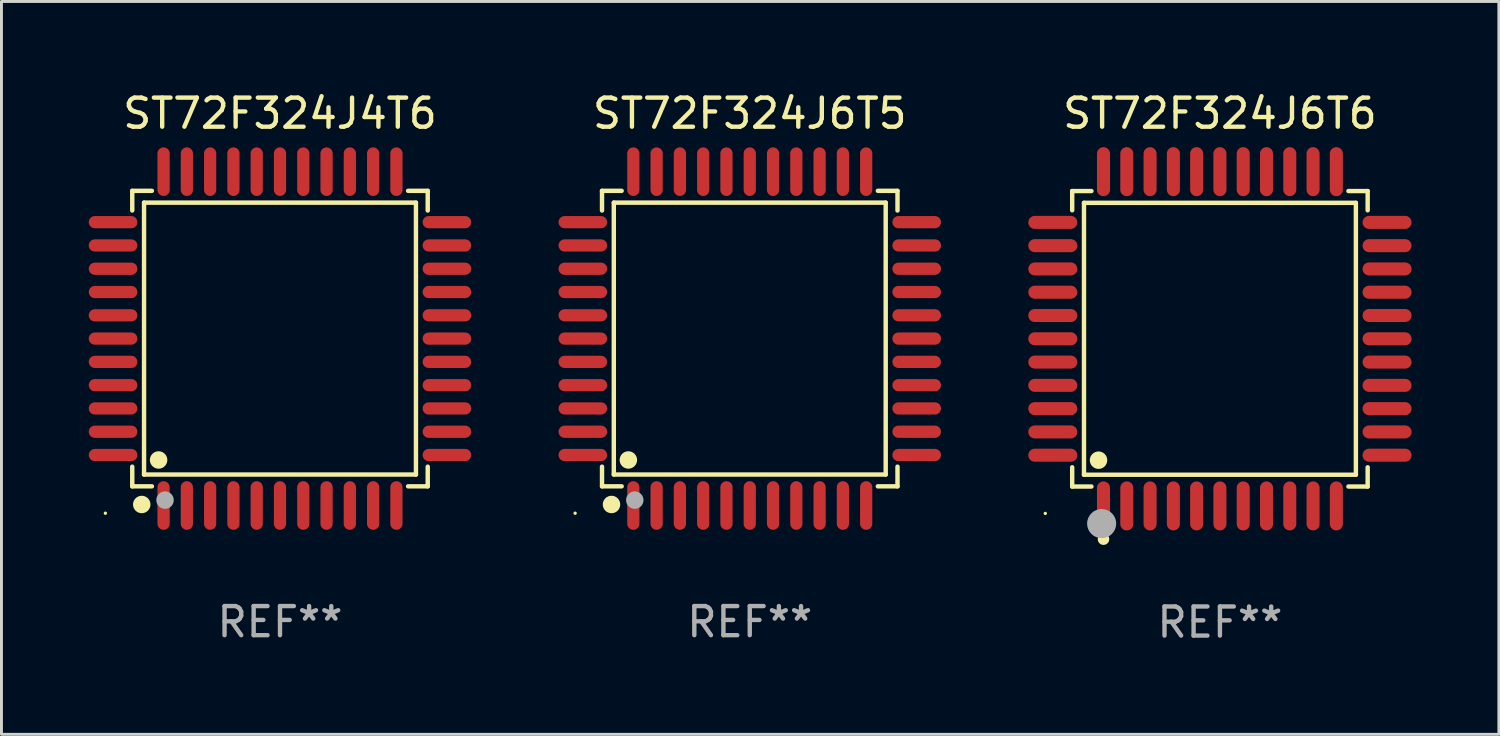
<source format=kicad_pcb>
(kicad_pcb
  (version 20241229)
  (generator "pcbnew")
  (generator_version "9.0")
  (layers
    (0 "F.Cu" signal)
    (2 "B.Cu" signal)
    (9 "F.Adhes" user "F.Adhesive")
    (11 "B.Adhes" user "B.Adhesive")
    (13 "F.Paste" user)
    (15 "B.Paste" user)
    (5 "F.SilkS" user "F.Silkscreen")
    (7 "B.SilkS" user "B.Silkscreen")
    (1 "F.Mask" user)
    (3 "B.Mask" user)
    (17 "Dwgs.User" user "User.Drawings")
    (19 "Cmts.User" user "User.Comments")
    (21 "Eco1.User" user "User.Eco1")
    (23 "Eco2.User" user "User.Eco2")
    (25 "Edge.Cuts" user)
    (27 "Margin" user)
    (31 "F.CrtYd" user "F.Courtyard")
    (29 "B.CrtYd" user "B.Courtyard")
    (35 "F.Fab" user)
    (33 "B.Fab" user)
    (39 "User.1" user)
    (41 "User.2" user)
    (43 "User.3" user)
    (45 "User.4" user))
  (footprint "ST72F324J6T6"
    (layer "F.Cu")
    (at 38.864 8.59)
    (property "Reference" "ST72F324J6T6" (at 0 -7.742 0) (layer "F.SilkS") (effects (font (size 1 1) (thickness 0.15))))
    (attr through_hole)
    (fp_line (start -5.076 -5.076) (end -4.415 -5.076) (stroke (width 0.152) (type solid)) (layer "F.SilkS"))
    (fp_line (start -5.076 -4.415) (end -5.076 -5.076) (stroke (width 0.152) (type solid)) (layer "F.SilkS"))
    (fp_line (start -5.076 4.415) (end -5.076 5.076) (stroke (width 0.152) (type solid)) (layer "F.SilkS"))
    (fp_line (start -5.076 5.076) (end -4.415 5.076) (stroke (width 0.152) (type solid)) (layer "F.SilkS"))
    (fp_line (start -4.671 -4.671) (end 4.671 -4.671) (stroke (width 0.152) (type solid)) (layer "F.SilkS"))
    (fp_line (start -4.671 4.671) (end -4.671 -4.671) (stroke (width 0.152) (type solid)) (layer "F.SilkS"))
    (fp_line (start 4.671 -4.671) (end 4.671 4.671) (stroke (width 0.152) (type solid)) (layer "F.SilkS"))
    (fp_line (start 4.671 4.671) (end -4.671 4.671) (stroke (width 0.152) (type solid)) (layer "F.SilkS"))
    (fp_line (start 5.076 -5.076) (end 4.415 -5.076) (stroke (width 0.152) (type solid)) (layer "F.SilkS"))
    (fp_line (start 5.076 -4.415) (end 5.076 -5.076) (stroke (width 0.152) (type solid)) (layer "F.SilkS"))
    (fp_line (start 5.076 4.415) (end 5.076 5.076) (stroke (width 0.152) (type solid)) (layer "F.SilkS"))
    (fp_line (start 5.076 5.076) (end 4.415 5.076) (stroke (width 0.152) (type solid)) (layer "F.SilkS"))
    (fp_circle (center -6 6) (end -5.97 6) (stroke (width 0.06) (type solid)) (fill no) (layer "F.SilkS"))
    (fp_circle (center -4.171 4.171) (end -4.021 4.171) (stroke (width 0.3) (type solid)) (fill no) (layer "F.SilkS"))
    (fp_circle (center -4 6.884) (end -3.9 6.884) (stroke (width 0.2) (type solid)) (fill no) (layer "F.SilkS"))
    (fp_circle (center -4.064 6.35) (end -3.814 6.35) (stroke (width 0.5) (type solid)) (fill no) (layer "F.Fab"))
    (fp_text user "REF**" (at 0 9.742 0) (layer "F.Fab") (effects (font (size 1 1) (thickness 0.15))))
    (pad "1" smd oval (at -4 5.742) (size 0.448 1.684) (layers "F.Cu" "F.Mask" "F.Paste"))
    (pad "2" smd oval (at -3.2 5.742) (size 0.448 1.684) (layers "F.Cu" "F.Mask" "F.Paste"))
    (pad "3" smd oval (at -2.4 5.742) (size 0.448 1.684) (layers "F.Cu" "F.Mask" "F.Paste"))
    (pad "4" smd oval (at -1.6 5.742) (size 0.448 1.684) (layers "F.Cu" "F.Mask" "F.Paste"))
    (pad "5" smd oval (at -0.8 5.742) (size 0.448 1.684) (layers "F.Cu" "F.Mask" "F.Paste"))
    (pad "6" smd oval (at 0 5.742) (size 0.448 1.684) (layers "F.Cu" "F.Mask" "F.Paste"))
    (pad "7" smd oval (at 0.8 5.742) (size 0.448 1.684) (layers "F.Cu" "F.Mask" "F.Paste"))
    (pad "8" smd oval (at 1.6 5.742) (size 0.448 1.684) (layers "F.Cu" "F.Mask" "F.Paste"))
    (pad "9" smd oval (at 2.4 5.742) (size 0.448 1.684) (layers "F.Cu" "F.Mask" "F.Paste"))
    (pad "10" smd oval (at 3.2 5.742) (size 0.448 1.684) (layers "F.Cu" "F.Mask" "F.Paste"))
    (pad "11" smd oval (at 4 5.742) (size 0.448 1.684) (layers "F.Cu" "F.Mask" "F.Paste"))
    (pad "12" smd oval (at 5.742 4) (size 1.684 0.448) (layers "F.Cu" "F.Mask" "F.Paste"))
    (pad "13" smd oval (at 5.742 3.2) (size 1.684 0.448) (layers "F.Cu" "F.Mask" "F.Paste"))
    (pad "14" smd oval (at 5.742 2.4) (size 1.684 0.448) (layers "F.Cu" "F.Mask" "F.Paste"))
    (pad "15" smd oval (at 5.742 1.6) (size 1.684 0.448) (layers "F.Cu" "F.Mask" "F.Paste"))
    (pad "16" smd oval (at 5.742 0.8) (size 1.684 0.448) (layers "F.Cu" "F.Mask" "F.Paste"))
    (pad "17" smd oval (at 5.742 0) (size 1.684 0.448) (layers "F.Cu" "F.Mask" "F.Paste"))
    (pad "18" smd oval (at 5.742 -0.8) (size 1.684 0.448) (layers "F.Cu" "F.Mask" "F.Paste"))
    (pad "19" smd oval (at 5.742 -1.6) (size 1.684 0.448) (layers "F.Cu" "F.Mask" "F.Paste"))
    (pad "20" smd oval (at 5.742 -2.4) (size 1.684 0.448) (layers "F.Cu" "F.Mask" "F.Paste"))
    (pad "21" smd oval (at 5.742 -3.2) (size 1.684 0.448) (layers "F.Cu" "F.Mask" "F.Paste"))
    (pad "22" smd oval (at 5.742 -4) (size 1.684 0.448) (layers "F.Cu" "F.Mask" "F.Paste"))
    (pad "23" smd oval (at 4 -5.742) (size 0.448 1.684) (layers "F.Cu" "F.Mask" "F.Paste"))
    (pad "24" smd oval (at 3.2 -5.742) (size 0.448 1.684) (layers "F.Cu" "F.Mask" "F.Paste"))
    (pad "25" smd oval (at 2.4 -5.742) (size 0.448 1.684) (layers "F.Cu" "F.Mask" "F.Paste"))
    (pad "26" smd oval (at 1.6 -5.742) (size 0.448 1.684) (layers "F.Cu" "F.Mask" "F.Paste"))
    (pad "27" smd oval (at 0.8 -5.742) (size 0.448 1.684) (layers "F.Cu" "F.Mask" "F.Paste"))
    (pad "28" smd oval (at 0 -5.742) (size 0.448 1.684) (layers "F.Cu" "F.Mask" "F.Paste"))
    (pad "29" smd oval (at -0.8 -5.742) (size 0.448 1.684) (layers "F.Cu" "F.Mask" "F.Paste"))
    (pad "30" smd oval (at -1.6 -5.742) (size 0.448 1.684) (layers "F.Cu" "F.Mask" "F.Paste"))
    (pad "31" smd oval (at -2.4 -5.742) (size 0.448 1.684) (layers "F.Cu" "F.Mask" "F.Paste"))
    (pad "32" smd oval (at -3.2 -5.742) (size 0.448 1.684) (layers "F.Cu" "F.Mask" "F.Paste"))
    (pad "33" smd oval (at -4 -5.742) (size 0.448 1.684) (layers "F.Cu" "F.Mask" "F.Paste"))
    (pad "34" smd oval (at -5.742 -4) (size 1.684 0.448) (layers "F.Cu" "F.Mask" "F.Paste"))
    (pad "35" smd oval (at -5.742 -3.2) (size 1.684 0.448) (layers "F.Cu" "F.Mask" "F.Paste"))
    (pad "36" smd oval (at -5.742 -2.4) (size 1.684 0.448) (layers "F.Cu" "F.Mask" "F.Paste"))
    (pad "37" smd oval (at -5.742 -1.6) (size 1.684 0.448) (layers "F.Cu" "F.Mask" "F.Paste"))
    (pad "38" smd oval (at -5.742 -0.8) (size 1.684 0.448) (layers "F.Cu" "F.Mask" "F.Paste"))
    (pad "39" smd oval (at -5.742 0) (size 1.684 0.448) (layers "F.Cu" "F.Mask" "F.Paste"))
    (pad "40" smd oval (at -5.742 0.8) (size 1.684 0.448) (layers "F.Cu" "F.Mask" "F.Paste"))
    (pad "41" smd oval (at -5.742 1.6) (size 1.684 0.448) (layers "F.Cu" "F.Mask" "F.Paste"))
    (pad "42" smd oval (at -5.742 2.4) (size 1.684 0.448) (layers "F.Cu" "F.Mask" "F.Paste"))
    (pad "43" smd oval (at -5.742 3.2) (size 1.684 0.448) (layers "F.Cu" "F.Mask" "F.Paste"))
    (pad "44" smd oval (at -5.742 4) (size 1.684 0.448) (layers "F.Cu" "F.Mask" "F.Paste")))
  (footprint "ST72F324J6T5"
    (layer "F.Cu")
    (at 22.71 8.583)
    (property "Reference" "ST72F324J6T5" (at 0 -7.735 0) (layer "F.SilkS") (effects (font (size 1 1) (thickness 0.15))))
    (attr through_hole)
    (fp_line (start -5.076 -5.076) (end -4.401 -5.076) (stroke (width 0.152) (type solid)) (layer "F.SilkS"))
    (fp_line (start -5.076 -4.401) (end -5.076 -5.076) (stroke (width 0.152) (type solid)) (layer "F.SilkS"))
    (fp_line (start -5.076 4.401) (end -5.076 5.076) (stroke (width 0.152) (type solid)) (layer "F.SilkS"))
    (fp_line (start -5.076 5.076) (end -4.401 5.076) (stroke (width 0.152) (type solid)) (layer "F.SilkS"))
    (fp_line (start -4.671 -4.671) (end 4.671 -4.671) (stroke (width 0.152) (type solid)) (layer "F.SilkS"))
    (fp_line (start -4.671 4.671) (end -4.671 -4.671) (stroke (width 0.152) (type solid)) (layer "F.SilkS"))
    (fp_line (start 4.671 -4.671) (end 4.671 4.671) (stroke (width 0.152) (type solid)) (layer "F.SilkS"))
    (fp_line (start 4.671 4.671) (end -4.671 4.671) (stroke (width 0.152) (type solid)) (layer "F.SilkS"))
    (fp_line (start 5.076 -5.076) (end 4.401 -5.076) (stroke (width 0.152) (type solid)) (layer "F.SilkS"))
    (fp_line (start 5.076 -4.401) (end 5.076 -5.076) (stroke (width 0.152) (type solid)) (layer "F.SilkS"))
    (fp_line (start 5.076 4.401) (end 5.076 5.076) (stroke (width 0.152) (type solid)) (layer "F.SilkS"))
    (fp_line (start 5.076 5.076) (end 4.401 5.076) (stroke (width 0.152) (type solid)) (layer "F.SilkS"))
    (fp_circle (center -6 6) (end -5.97 6) (stroke (width 0.06) (type solid)) (fill no) (layer "F.SilkS"))
    (fp_circle (center -4.75 5.7) (end -4.6 5.7) (stroke (width 0.3) (type solid)) (fill no) (layer "F.SilkS"))
    (fp_circle (center -4.171 4.171) (end -4.021 4.171) (stroke (width 0.3) (type solid)) (fill no) (layer "F.SilkS"))
    (fp_circle (center -3.95 5.55) (end -3.8 5.55) (stroke (width 0.3) (type solid)) (fill no) (layer "F.Fab"))
    (fp_text user "REF**" (at 0 9.735 0) (layer "F.Fab") (effects (font (size 1 1) (thickness 0.15))))
    (pad "1" smd oval (at -4 5.735) (size 0.42 1.67) (layers "F.Cu" "F.Mask" "F.Paste"))
    (pad "2" smd oval (at -3.2 5.735) (size 0.42 1.67) (layers "F.Cu" "F.Mask" "F.Paste"))
    (pad "3" smd oval (at -2.4 5.735) (size 0.42 1.67) (layers "F.Cu" "F.Mask" "F.Paste"))
    (pad "4" smd oval (at -1.6 5.735) (size 0.42 1.67) (layers "F.Cu" "F.Mask" "F.Paste"))
    (pad "5" smd oval (at -0.8 5.735) (size 0.42 1.67) (layers "F.Cu" "F.Mask" "F.Paste"))
    (pad "6" smd oval (at 0 5.735) (size 0.42 1.67) (layers "F.Cu" "F.Mask" "F.Paste"))
    (pad "7" smd oval (at 0.8 5.735) (size 0.42 1.67) (layers "F.Cu" "F.Mask" "F.Paste"))
    (pad "8" smd oval (at 1.6 5.735) (size 0.42 1.67) (layers "F.Cu" "F.Mask" "F.Paste"))
    (pad "9" smd oval (at 2.4 5.735) (size 0.42 1.67) (layers "F.Cu" "F.Mask" "F.Paste"))
    (pad "10" smd oval (at 3.2 5.735) (size 0.42 1.67) (layers "F.Cu" "F.Mask" "F.Paste"))
    (pad "11" smd oval (at 4 5.735) (size 0.42 1.67) (layers "F.Cu" "F.Mask" "F.Paste"))
    (pad "12" smd oval (at 5.735 4) (size 1.67 0.42) (layers "F.Cu" "F.Mask" "F.Paste"))
    (pad "13" smd oval (at 5.735 3.2) (size 1.67 0.42) (layers "F.Cu" "F.Mask" "F.Paste"))
    (pad "14" smd oval (at 5.735 2.4) (size 1.67 0.42) (layers "F.Cu" "F.Mask" "F.Paste"))
    (pad "15" smd oval (at 5.735 1.6) (size 1.67 0.42) (layers "F.Cu" "F.Mask" "F.Paste"))
    (pad "16" smd oval (at 5.735 0.8) (size 1.67 0.42) (layers "F.Cu" "F.Mask" "F.Paste"))
    (pad "17" smd oval (at 5.735 0) (size 1.67 0.42) (layers "F.Cu" "F.Mask" "F.Paste"))
    (pad "18" smd oval (at 5.735 -0.8) (size 1.67 0.42) (layers "F.Cu" "F.Mask" "F.Paste"))
    (pad "19" smd oval (at 5.735 -1.6) (size 1.67 0.42) (layers "F.Cu" "F.Mask" "F.Paste"))
    (pad "20" smd oval (at 5.735 -2.4) (size 1.67 0.42) (layers "F.Cu" "F.Mask" "F.Paste"))
    (pad "21" smd oval (at 5.735 -3.2) (size 1.67 0.42) (layers "F.Cu" "F.Mask" "F.Paste"))
    (pad "22" smd oval (at 5.735 -4) (size 1.67 0.42) (layers "F.Cu" "F.Mask" "F.Paste"))
    (pad "23" smd oval (at 4 -5.735) (size 0.42 1.67) (layers "F.Cu" "F.Mask" "F.Paste"))
    (pad "24" smd oval (at 3.2 -5.735) (size 0.42 1.67) (layers "F.Cu" "F.Mask" "F.Paste"))
    (pad "25" smd oval (at 2.4 -5.735) (size 0.42 1.67) (layers "F.Cu" "F.Mask" "F.Paste"))
    (pad "26" smd oval (at 1.6 -5.735) (size 0.42 1.67) (layers "F.Cu" "F.Mask" "F.Paste"))
    (pad "27" smd oval (at 0.8 -5.735) (size 0.42 1.67) (layers "F.Cu" "F.Mask" "F.Paste"))
    (pad "28" smd oval (at 0 -5.735) (size 0.42 1.67) (layers "F.Cu" "F.Mask" "F.Paste"))
    (pad "29" smd oval (at -0.8 -5.735) (size 0.42 1.67) (layers "F.Cu" "F.Mask" "F.Paste"))
    (pad "30" smd oval (at -1.6 -5.735) (size 0.42 1.67) (layers "F.Cu" "F.Mask" "F.Paste"))
    (pad "31" smd oval (at -2.4 -5.735) (size 0.42 1.67) (layers "F.Cu" "F.Mask" "F.Paste"))
    (pad "32" smd oval (at -3.2 -5.735) (size 0.42 1.67) (layers "F.Cu" "F.Mask" "F.Paste"))
    (pad "33" smd oval (at -4 -5.735) (size 0.42 1.67) (layers "F.Cu" "F.Mask" "F.Paste"))
    (pad "34" smd oval (at -5.735 -4) (size 1.67 0.42) (layers "F.Cu" "F.Mask" "F.Paste"))
    (pad "35" smd oval (at -5.735 -3.2) (size 1.67 0.42) (layers "F.Cu" "F.Mask" "F.Paste"))
    (pad "36" smd oval (at -5.735 -2.4) (size 1.67 0.42) (layers "F.Cu" "F.Mask" "F.Paste"))
    (pad "37" smd oval (at -5.735 -1.6) (size 1.67 0.42) (layers "F.Cu" "F.Mask" "F.Paste"))
    (pad "38" smd oval (at -5.735 -0.8) (size 1.67 0.42) (layers "F.Cu" "F.Mask" "F.Paste"))
    (pad "39" smd oval (at -5.735 0) (size 1.67 0.42) (layers "F.Cu" "F.Mask" "F.Paste"))
    (pad "40" smd oval (at -5.735 0.8) (size 1.67 0.42) (layers "F.Cu" "F.Mask" "F.Paste"))
    (pad "41" smd oval (at -5.735 1.6) (size 1.67 0.42) (layers "F.Cu" "F.Mask" "F.Paste"))
    (pad "42" smd oval (at -5.735 2.4) (size 1.67 0.42) (layers "F.Cu" "F.Mask" "F.Paste"))
    (pad "43" smd oval (at -5.735 3.2) (size 1.67 0.42) (layers "F.Cu" "F.Mask" "F.Paste"))
    (pad "44" smd oval (at -5.735 4) (size 1.67 0.42) (layers "F.Cu" "F.Mask" "F.Paste")))
  (footprint "ST72F324J4T6"
    (layer "F.Cu")
    (at 6.57 8.583)
    (property "Reference" "ST72F324J4T6" (at 0 -7.735 0) (layer "F.SilkS") (effects (font (size 1 1) (thickness 0.15))))
    (attr through_hole)
    (fp_line (start -5.076 -5.076) (end -4.401 -5.076) (stroke (width 0.152) (type solid)) (layer "F.SilkS"))
    (fp_line (start -5.076 -4.401) (end -5.076 -5.076) (stroke (width 0.152) (type solid)) (layer "F.SilkS"))
    (fp_line (start -5.076 4.401) (end -5.076 5.076) (stroke (width 0.152) (type solid)) (layer "F.SilkS"))
    (fp_line (start -5.076 5.076) (end -4.401 5.076) (stroke (width 0.152) (type solid)) (layer "F.SilkS"))
    (fp_line (start -4.671 -4.671) (end 4.671 -4.671) (stroke (width 0.152) (type solid)) (layer "F.SilkS"))
    (fp_line (start -4.671 4.671) (end -4.671 -4.671) (stroke (width 0.152) (type solid)) (layer "F.SilkS"))
    (fp_line (start 4.671 -4.671) (end 4.671 4.671) (stroke (width 0.152) (type solid)) (layer "F.SilkS"))
    (fp_line (start 4.671 4.671) (end -4.671 4.671) (stroke (width 0.152) (type solid)) (layer "F.SilkS"))
    (fp_line (start 5.076 -5.076) (end 4.401 -5.076) (stroke (width 0.152) (type solid)) (layer "F.SilkS"))
    (fp_line (start 5.076 -4.401) (end 5.076 -5.076) (stroke (width 0.152) (type solid)) (layer "F.SilkS"))
    (fp_line (start 5.076 4.401) (end 5.076 5.076) (stroke (width 0.152) (type solid)) (layer "F.SilkS"))
    (fp_line (start 5.076 5.076) (end 4.401 5.076) (stroke (width 0.152) (type solid)) (layer "F.SilkS"))
    (fp_circle (center -6 6) (end -5.97 6) (stroke (width 0.06) (type solid)) (fill no) (layer "F.SilkS"))
    (fp_circle (center -4.75 5.7) (end -4.6 5.7) (stroke (width 0.3) (type solid)) (fill no) (layer "F.SilkS"))
    (fp_circle (center -4.171 4.171) (end -4.021 4.171) (stroke (width 0.3) (type solid)) (fill no) (layer "F.SilkS"))
    (fp_circle (center -3.95 5.55) (end -3.8 5.55) (stroke (width 0.3) (type solid)) (fill no) (layer "F.Fab"))
    (fp_text user "REF**" (at 0 9.735 0) (layer "F.Fab") (effects (font (size 1 1) (thickness 0.15))))
    (pad "1" smd oval (at -4 5.735) (size 0.42 1.67) (layers "F.Cu" "F.Mask" "F.Paste"))
    (pad "2" smd oval (at -3.2 5.735) (size 0.42 1.67) (layers "F.Cu" "F.Mask" "F.Paste"))
    (pad "3" smd oval (at -2.4 5.735) (size 0.42 1.67) (layers "F.Cu" "F.Mask" "F.Paste"))
    (pad "4" smd oval (at -1.6 5.735) (size 0.42 1.67) (layers "F.Cu" "F.Mask" "F.Paste"))
    (pad "5" smd oval (at -0.8 5.735) (size 0.42 1.67) (layers "F.Cu" "F.Mask" "F.Paste"))
    (pad "6" smd oval (at 0 5.735) (size 0.42 1.67) (layers "F.Cu" "F.Mask" "F.Paste"))
    (pad "7" smd oval (at 0.8 5.735) (size 0.42 1.67) (layers "F.Cu" "F.Mask" "F.Paste"))
    (pad "8" smd oval (at 1.6 5.735) (size 0.42 1.67) (layers "F.Cu" "F.Mask" "F.Paste"))
    (pad "9" smd oval (at 2.4 5.735) (size 0.42 1.67) (layers "F.Cu" "F.Mask" "F.Paste"))
    (pad "10" smd oval (at 3.2 5.735) (size 0.42 1.67) (layers "F.Cu" "F.Mask" "F.Paste"))
    (pad "11" smd oval (at 4 5.735) (size 0.42 1.67) (layers "F.Cu" "F.Mask" "F.Paste"))
    (pad "12" smd oval (at 5.735 4) (size 1.67 0.42) (layers "F.Cu" "F.Mask" "F.Paste"))
    (pad "13" smd oval (at 5.735 3.2) (size 1.67 0.42) (layers "F.Cu" "F.Mask" "F.Paste"))
    (pad "14" smd oval (at 5.735 2.4) (size 1.67 0.42) (layers "F.Cu" "F.Mask" "F.Paste"))
    (pad "15" smd oval (at 5.735 1.6) (size 1.67 0.42) (layers "F.Cu" "F.Mask" "F.Paste"))
    (pad "16" smd oval (at 5.735 0.8) (size 1.67 0.42) (layers "F.Cu" "F.Mask" "F.Paste"))
    (pad "17" smd oval (at 5.735 0) (size 1.67 0.42) (layers "F.Cu" "F.Mask" "F.Paste"))
    (pad "18" smd oval (at 5.735 -0.8) (size 1.67 0.42) (layers "F.Cu" "F.Mask" "F.Paste"))
    (pad "19" smd oval (at 5.735 -1.6) (size 1.67 0.42) (layers "F.Cu" "F.Mask" "F.Paste"))
    (pad "20" smd oval (at 5.735 -2.4) (size 1.67 0.42) (layers "F.Cu" "F.Mask" "F.Paste"))
    (pad "21" smd oval (at 5.735 -3.2) (size 1.67 0.42) (layers "F.Cu" "F.Mask" "F.Paste"))
    (pad "22" smd oval (at 5.735 -4) (size 1.67 0.42) (layers "F.Cu" "F.Mask" "F.Paste"))
    (pad "23" smd oval (at 4 -5.735) (size 0.42 1.67) (layers "F.Cu" "F.Mask" "F.Paste"))
    (pad "24" smd oval (at 3.2 -5.735) (size 0.42 1.67) (layers "F.Cu" "F.Mask" "F.Paste"))
    (pad "25" smd oval (at 2.4 -5.735) (size 0.42 1.67) (layers "F.Cu" "F.Mask" "F.Paste"))
    (pad "26" smd oval (at 1.6 -5.735) (size 0.42 1.67) (layers "F.Cu" "F.Mask" "F.Paste"))
    (pad "27" smd oval (at 0.8 -5.735) (size 0.42 1.67) (layers "F.Cu" "F.Mask" "F.Paste"))
    (pad "28" smd oval (at 0 -5.735) (size 0.42 1.67) (layers "F.Cu" "F.Mask" "F.Paste"))
    (pad "29" smd oval (at -0.8 -5.735) (size 0.42 1.67) (layers "F.Cu" "F.Mask" "F.Paste"))
    (pad "30" smd oval (at -1.6 -5.735) (size 0.42 1.67) (layers "F.Cu" "F.Mask" "F.Paste"))
    (pad "31" smd oval (at -2.4 -5.735) (size 0.42 1.67) (layers "F.Cu" "F.Mask" "F.Paste"))
    (pad "32" smd oval (at -3.2 -5.735) (size 0.42 1.67) (layers "F.Cu" "F.Mask" "F.Paste"))
    (pad "33" smd oval (at -4 -5.735) (size 0.42 1.67) (layers "F.Cu" "F.Mask" "F.Paste"))
    (pad "34" smd oval (at -5.735 -4) (size 1.67 0.42) (layers "F.Cu" "F.Mask" "F.Paste"))
    (pad "35" smd oval (at -5.735 -3.2) (size 1.67 0.42) (layers "F.Cu" "F.Mask" "F.Paste"))
    (pad "36" smd oval (at -5.735 -2.4) (size 1.67 0.42) (layers "F.Cu" "F.Mask" "F.Paste"))
    (pad "37" smd oval (at -5.735 -1.6) (size 1.67 0.42) (layers "F.Cu" "F.Mask" "F.Paste"))
    (pad "38" smd oval (at -5.735 -0.8) (size 1.67 0.42) (layers "F.Cu" "F.Mask" "F.Paste"))
    (pad "39" smd oval (at -5.735 0) (size 1.67 0.42) (layers "F.Cu" "F.Mask" "F.Paste"))
    (pad "40" smd oval (at -5.735 0.8) (size 1.67 0.42) (layers "F.Cu" "F.Mask" "F.Paste"))
    (pad "41" smd oval (at -5.735 1.6) (size 1.67 0.42) (layers "F.Cu" "F.Mask" "F.Paste"))
    (pad "42" smd oval (at -5.735 2.4) (size 1.67 0.42) (layers "F.Cu" "F.Mask" "F.Paste"))
    (pad "43" smd oval (at -5.735 3.2) (size 1.67 0.42) (layers "F.Cu" "F.Mask" "F.Paste"))
    (pad "44" smd oval (at -5.735 4) (size 1.67 0.42) (layers "F.Cu" "F.Mask" "F.Paste")))
  (gr_rect
    (start -3 -3)
    (end 48.448 22.18)
    (stroke (width 0.1) (type default))
    (fill no)
    (layer "Edge.Cuts")))
</source>
